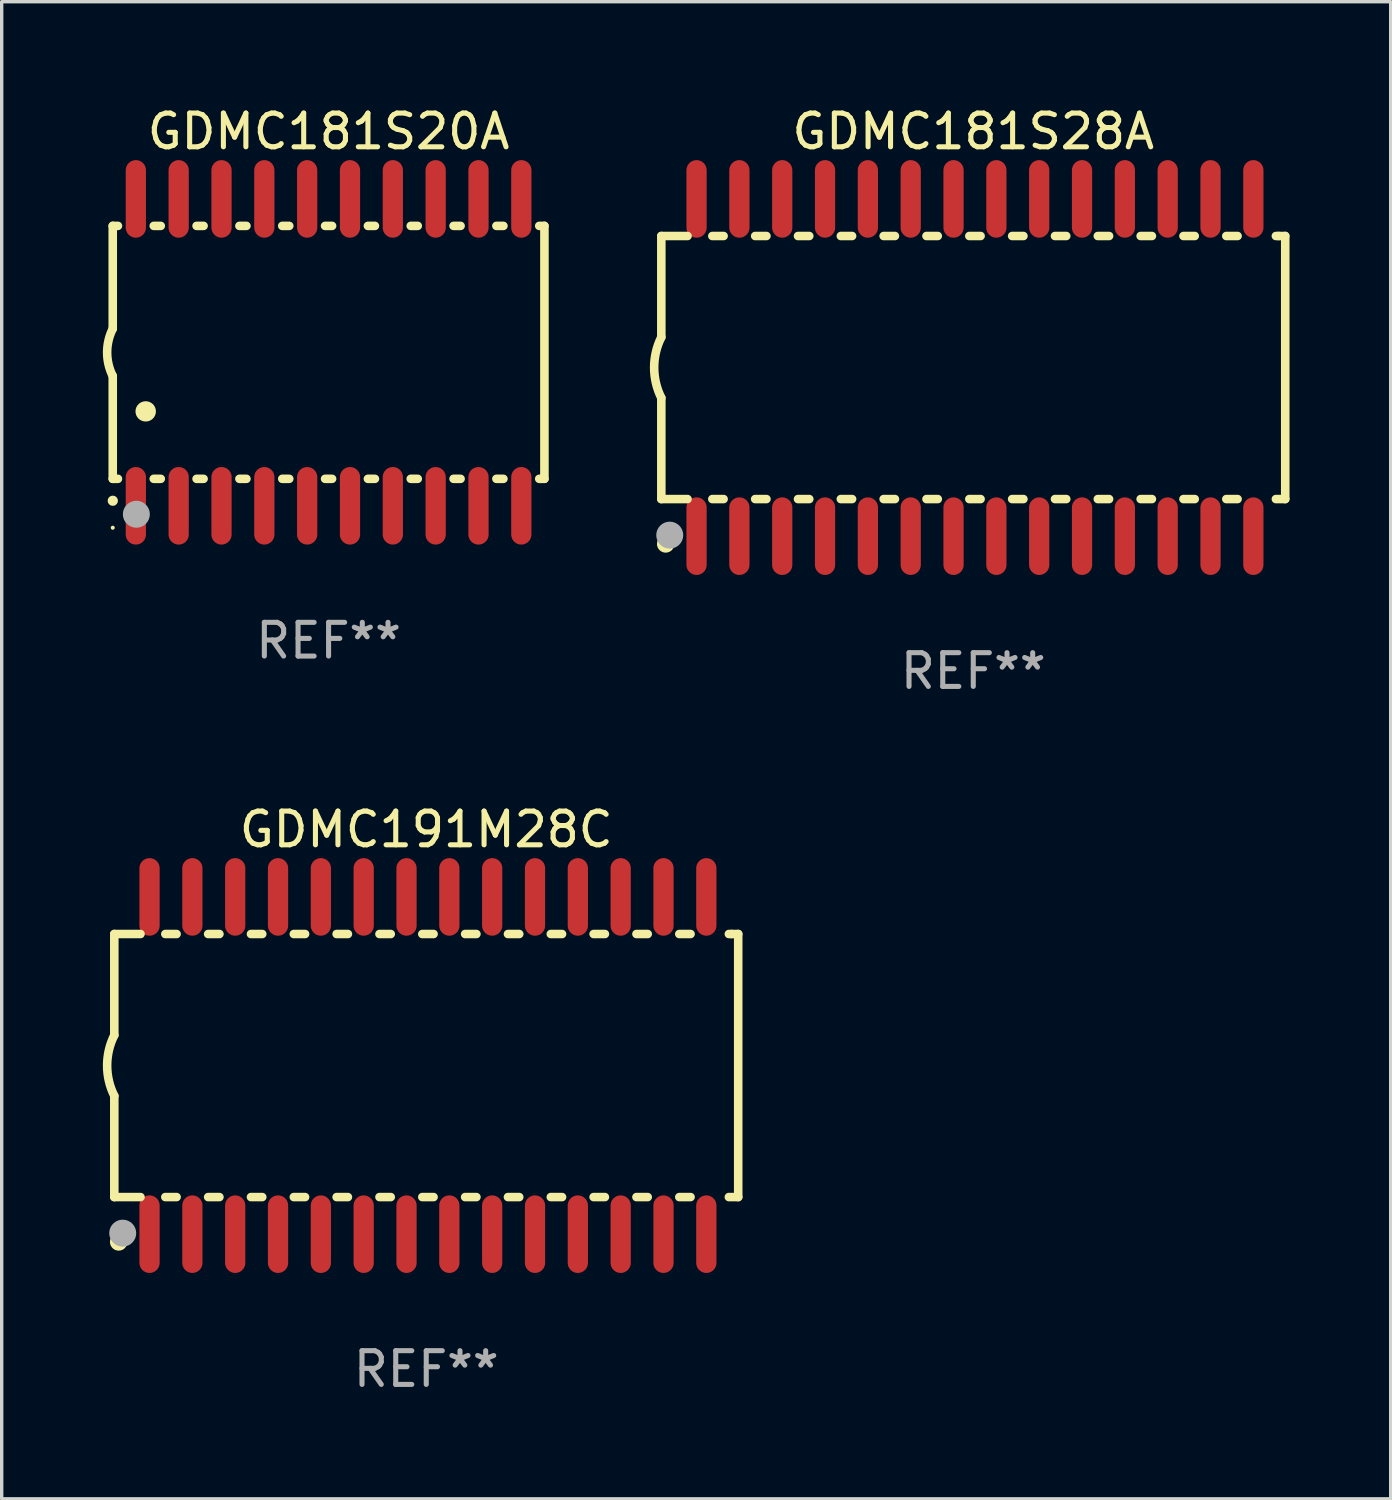
<source format=kicad_pcb>
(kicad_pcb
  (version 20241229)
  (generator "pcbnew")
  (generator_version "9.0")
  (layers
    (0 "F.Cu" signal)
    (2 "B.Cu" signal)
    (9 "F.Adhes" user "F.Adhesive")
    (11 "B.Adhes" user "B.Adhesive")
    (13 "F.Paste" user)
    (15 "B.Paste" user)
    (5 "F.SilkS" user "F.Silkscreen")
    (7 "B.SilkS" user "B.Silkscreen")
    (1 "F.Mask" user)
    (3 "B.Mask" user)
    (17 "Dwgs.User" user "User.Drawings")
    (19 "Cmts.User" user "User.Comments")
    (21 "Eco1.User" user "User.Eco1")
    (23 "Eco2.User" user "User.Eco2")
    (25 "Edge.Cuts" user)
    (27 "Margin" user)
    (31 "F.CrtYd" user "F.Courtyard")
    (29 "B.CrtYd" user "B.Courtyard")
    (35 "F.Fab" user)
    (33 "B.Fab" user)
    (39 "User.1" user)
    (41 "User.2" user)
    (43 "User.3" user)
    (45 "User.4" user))
  (footprint "GDMC181S20A"
    (layer "F.Cu")
    (at 6.693 7.398)
    (property "Reference" "GDMC181S20A" (at 0 -6.55 0) (layer "F.SilkS") (effects (font (size 1 1) (thickness 0.15))))
    (attr through_hole)
    (fp_line (start -6.4 -3.75) (end -6.4 -0.7) (stroke (width 0.254) (type solid)) (layer "F.SilkS"))
    (fp_line (start -6.4 -3.75) (end -6.246 -3.75) (stroke (width 0.254) (type solid)) (layer "F.SilkS"))
    (fp_line (start -6.4 3.75) (end -6.4 0.7) (stroke (width 0.254) (type solid)) (layer "F.SilkS"))
    (fp_line (start -6.246 3.75) (end -6.4 3.75) (stroke (width 0.254) (type solid)) (layer "F.SilkS"))
    (fp_line (start -5.184 -3.75) (end -4.976 -3.75) (stroke (width 0.254) (type solid)) (layer "F.SilkS"))
    (fp_line (start -4.976 3.75) (end -5.184 3.75) (stroke (width 0.254) (type solid)) (layer "F.SilkS"))
    (fp_line (start -3.914 -3.75) (end -3.706 -3.75) (stroke (width 0.254) (type solid)) (layer "F.SilkS"))
    (fp_line (start -3.706 3.75) (end -3.914 3.75) (stroke (width 0.254) (type solid)) (layer "F.SilkS"))
    (fp_line (start -2.644 -3.75) (end -2.436 -3.75) (stroke (width 0.254) (type solid)) (layer "F.SilkS"))
    (fp_line (start -2.436 3.75) (end -2.644 3.75) (stroke (width 0.254) (type solid)) (layer "F.SilkS"))
    (fp_line (start -1.374 -3.75) (end -1.166 -3.75) (stroke (width 0.254) (type solid)) (layer "F.SilkS"))
    (fp_line (start -1.166 3.75) (end -1.374 3.75) (stroke (width 0.254) (type solid)) (layer "F.SilkS"))
    (fp_line (start -0.104 -3.75) (end 0.104 -3.75) (stroke (width 0.254) (type solid)) (layer "F.SilkS"))
    (fp_line (start 0.104 3.75) (end -0.104 3.75) (stroke (width 0.254) (type solid)) (layer "F.SilkS"))
    (fp_line (start 1.166 -3.75) (end 1.374 -3.75) (stroke (width 0.254) (type solid)) (layer "F.SilkS"))
    (fp_line (start 1.374 3.75) (end 1.166 3.75) (stroke (width 0.254) (type solid)) (layer "F.SilkS"))
    (fp_line (start 2.436 -3.75) (end 2.644 -3.75) (stroke (width 0.254) (type solid)) (layer "F.SilkS"))
    (fp_line (start 2.644 3.75) (end 2.436 3.75) (stroke (width 0.254) (type solid)) (layer "F.SilkS"))
    (fp_line (start 3.706 -3.75) (end 3.914 -3.75) (stroke (width 0.254) (type solid)) (layer "F.SilkS"))
    (fp_line (start 3.914 3.75) (end 3.706 3.75) (stroke (width 0.254) (type solid)) (layer "F.SilkS"))
    (fp_line (start 4.976 -3.75) (end 5.184 -3.75) (stroke (width 0.254) (type solid)) (layer "F.SilkS"))
    (fp_line (start 5.184 3.75) (end 4.976 3.75) (stroke (width 0.254) (type solid)) (layer "F.SilkS"))
    (fp_line (start 6.246 -3.75) (end 6.4 -3.75) (stroke (width 0.254) (type solid)) (layer "F.SilkS"))
    (fp_line (start 6.4 -3.75) (end 6.4 3.75) (stroke (width 0.254) (type solid)) (layer "F.SilkS"))
    (fp_line (start 6.4 3.75) (end 6.246 3.75) (stroke (width 0.254) (type solid)) (layer "F.SilkS"))
    (fp_arc (start -6.400812 0.701041) (mid -6.565912 0.000428) (end -6.400025 -0.7) (stroke (width 0.254001) (type solid)) (layer "F.SilkS"))
    (fp_arc (start -6.400025 4.4) (mid -6.398755 4.399995) (end -6.397485 4.4) (stroke (width 0.3) (type solid)) (layer "F.SilkS"))
    (fp_arc (start -5.425451 1.750064) (mid -5.422911 1.750053) (end -5.420371 1.750064) (stroke (width 0.6) (type solid)) (layer "F.SilkS"))
    (fp_circle (center -6.4 5.2) (end -6.37 5.2) (stroke (width 0.06) (type solid)) (fill no) (layer "F.SilkS"))
    (fp_circle (center -5.7 4.8) (end -5.5 4.8) (stroke (width 0.4) (type solid)) (fill no) (layer "F.Fab"))
    (fp_text user "REF**" (at 0 8.55 0) (layer "F.Fab") (effects (font (size 1 1) (thickness 0.15))))
    (pad "1" smd oval (at -5.715 4.55 180) (size 0.6 2.3) (layers "F.Cu" "F.Mask" "F.Paste"))
    (pad "2" smd oval (at -4.445 4.55 180) (size 0.6 2.3) (layers "F.Cu" "F.Mask" "F.Paste"))
    (pad "3" smd oval (at -3.175 4.55 180) (size 0.6 2.3) (layers "F.Cu" "F.Mask" "F.Paste"))
    (pad "4" smd oval (at -1.905 4.55 180) (size 0.6 2.3) (layers "F.Cu" "F.Mask" "F.Paste"))
    (pad "5" smd oval (at -0.635 4.55 180) (size 0.6 2.3) (layers "F.Cu" "F.Mask" "F.Paste"))
    (pad "6" smd oval (at 0.635 4.55 180) (size 0.6 2.3) (layers "F.Cu" "F.Mask" "F.Paste"))
    (pad "7" smd oval (at 1.905 4.55 180) (size 0.6 2.3) (layers "F.Cu" "F.Mask" "F.Paste"))
    (pad "8" smd oval (at 3.175 4.55 180) (size 0.6 2.3) (layers "F.Cu" "F.Mask" "F.Paste"))
    (pad "9" smd oval (at 4.445 4.55 180) (size 0.6 2.3) (layers "F.Cu" "F.Mask" "F.Paste"))
    (pad "10" smd oval (at 5.715 4.55 180) (size 0.6 2.3) (layers "F.Cu" "F.Mask" "F.Paste"))
    (pad "11" smd oval (at 5.715 -4.55 180) (size 0.6 2.3) (layers "F.Cu" "F.Mask" "F.Paste"))
    (pad "12" smd oval (at 4.445 -4.55 180) (size 0.6 2.3) (layers "F.Cu" "F.Mask" "F.Paste"))
    (pad "13" smd oval (at 3.175 -4.55 180) (size 0.6 2.3) (layers "F.Cu" "F.Mask" "F.Paste"))
    (pad "14" smd oval (at 1.905 -4.55 180) (size 0.6 2.3) (layers "F.Cu" "F.Mask" "F.Paste"))
    (pad "15" smd oval (at 0.635 -4.55 180) (size 0.6 2.3) (layers "F.Cu" "F.Mask" "F.Paste"))
    (pad "16" smd oval (at -0.635 -4.55 180) (size 0.6 2.3) (layers "F.Cu" "F.Mask" "F.Paste"))
    (pad "17" smd oval (at -1.905 -4.55 180) (size 0.6 2.3) (layers "F.Cu" "F.Mask" "F.Paste"))
    (pad "18" smd oval (at -3.175 -4.55 180) (size 0.6 2.3) (layers "F.Cu" "F.Mask" "F.Paste"))
    (pad "19" smd oval (at -4.445 -4.55 180) (size 0.6 2.3) (layers "F.Cu" "F.Mask" "F.Paste"))
    (pad "20" smd oval (at -5.715 -4.55 180) (size 0.6 2.3) (layers "F.Cu" "F.Mask" "F.Paste")))
  (footprint "GDMC181S28A"
    (layer "F.Cu")
    (at 25.809 7.848)
    (property "Reference" "GDMC181S28A" (at 0 -7 0) (layer "F.SilkS") (effects (font (size 1 1) (thickness 0.15))))
    (attr through_hole)
    (fp_line (start -9.25 -3.9) (end -9.25 -0.9) (stroke (width 0.254) (type solid)) (layer "F.SilkS"))
    (fp_line (start -9.25 -3.9) (end -8.473 -3.9) (stroke (width 0.254) (type solid)) (layer "F.SilkS"))
    (fp_line (start -9.25 3.9) (end -9.25 0.9) (stroke (width 0.254) (type solid)) (layer "F.SilkS"))
    (fp_line (start -9.25 3.9) (end -8.473 3.9) (stroke (width 0.254) (type solid)) (layer "F.SilkS"))
    (fp_line (start -7.737 -3.9) (end -7.403 -3.9) (stroke (width 0.254) (type solid)) (layer "F.SilkS"))
    (fp_line (start -7.737 3.9) (end -7.403 3.9) (stroke (width 0.254) (type solid)) (layer "F.SilkS"))
    (fp_line (start -6.467 3.9) (end -6.133 3.9) (stroke (width 0.254) (type solid)) (layer "F.SilkS"))
    (fp_line (start -6.467 -3.9) (end -6.133 -3.9) (stroke (width 0.254) (type solid)) (layer "F.SilkS"))
    (fp_line (start -5.197 3.9) (end -4.863 3.9) (stroke (width 0.254) (type solid)) (layer "F.SilkS"))
    (fp_line (start -5.197 -3.9) (end -4.863 -3.9) (stroke (width 0.254) (type solid)) (layer "F.SilkS"))
    (fp_line (start -3.927 3.9) (end -3.593 3.9) (stroke (width 0.254) (type solid)) (layer "F.SilkS"))
    (fp_line (start -3.927 -3.9) (end -3.593 -3.9) (stroke (width 0.254) (type solid)) (layer "F.SilkS"))
    (fp_line (start -2.657 3.9) (end -2.323 3.9) (stroke (width 0.254) (type solid)) (layer "F.SilkS"))
    (fp_line (start -2.657 -3.9) (end -2.323 -3.9) (stroke (width 0.254) (type solid)) (layer "F.SilkS"))
    (fp_line (start -1.387 3.9) (end -1.053 3.9) (stroke (width 0.254) (type solid)) (layer "F.SilkS"))
    (fp_line (start -1.387 -3.9) (end -1.053 -3.9) (stroke (width 0.254) (type solid)) (layer "F.SilkS"))
    (fp_line (start -0.117 3.9) (end 0.217 3.9) (stroke (width 0.254) (type solid)) (layer "F.SilkS"))
    (fp_line (start -0.117 -3.9) (end 0.217 -3.9) (stroke (width 0.254) (type solid)) (layer "F.SilkS"))
    (fp_line (start 1.153 3.9) (end 1.487 3.9) (stroke (width 0.254) (type solid)) (layer "F.SilkS"))
    (fp_line (start 1.153 -3.9) (end 1.487 -3.9) (stroke (width 0.254) (type solid)) (layer "F.SilkS"))
    (fp_line (start 2.423 3.9) (end 2.757 3.9) (stroke (width 0.254) (type solid)) (layer "F.SilkS"))
    (fp_line (start 2.423 -3.9) (end 2.757 -3.9) (stroke (width 0.254) (type solid)) (layer "F.SilkS"))
    (fp_line (start 3.693 3.9) (end 4.027 3.9) (stroke (width 0.254) (type solid)) (layer "F.SilkS"))
    (fp_line (start 3.693 -3.9) (end 4.027 -3.9) (stroke (width 0.254) (type solid)) (layer "F.SilkS"))
    (fp_line (start 4.963 3.9) (end 5.297 3.9) (stroke (width 0.254) (type solid)) (layer "F.SilkS"))
    (fp_line (start 4.963 -3.9) (end 5.297 -3.9) (stroke (width 0.254) (type solid)) (layer "F.SilkS"))
    (fp_line (start 6.233 3.9) (end 6.567 3.9) (stroke (width 0.254) (type solid)) (layer "F.SilkS"))
    (fp_line (start 6.233 -3.9) (end 6.567 -3.9) (stroke (width 0.254) (type solid)) (layer "F.SilkS"))
    (fp_line (start 7.503 -3.9) (end 7.837 -3.9) (stroke (width 0.254) (type solid)) (layer "F.SilkS"))
    (fp_line (start 7.503 3.9) (end 7.837 3.9) (stroke (width 0.254) (type solid)) (layer "F.SilkS"))
    (fp_line (start 8.973 -3.9) (end 9.05 -3.9) (stroke (width 0.254) (type solid)) (layer "F.SilkS"))
    (fp_line (start 8.973 3.9) (end 9.25 3.9) (stroke (width 0.254) (type solid)) (layer "F.SilkS"))
    (fp_line (start 9.05 -3.9) (end 9.25 -3.9) (stroke (width 0.254) (type solid)) (layer "F.SilkS"))
    (fp_line (start 9.25 -3.9) (end 9.25 3.9) (stroke (width 0.254) (type solid)) (layer "F.SilkS"))
    (fp_arc (start -9.249619 0.900432) (mid -9.462013 0.000246) (end -9.249873 -0.9) (stroke (width 0.254001) (type solid)) (layer "F.SilkS"))
    (fp_circle (center -9.2 5.3) (end -9.17 5.3) (stroke (width 0.06) (type solid)) (fill no) (layer "F.SilkS"))
    (fp_circle (center -9.12 5.23) (end -8.988 5.23) (stroke (width 0.254) (type solid)) (fill no) (layer "F.SilkS"))
    (fp_circle (center -9 4.97) (end -8.8 4.97) (stroke (width 0.4) (type solid)) (fill no) (layer "F.Fab"))
    (fp_text user "REF**" (at 0 9 0) (layer "F.Fab") (effects (font (size 1 1) (thickness 0.15))))
    (pad "1" smd oval (at -8.205 5) (size 0.6 2.3) (layers "F.Cu" "F.Mask" "F.Paste"))
    (pad "2" smd oval (at -6.935 5) (size 0.6 2.3) (layers "F.Cu" "F.Mask" "F.Paste"))
    (pad "3" smd oval (at -5.665 5) (size 0.6 2.3) (layers "F.Cu" "F.Mask" "F.Paste"))
    (pad "4" smd oval (at -4.395 5) (size 0.6 2.3) (layers "F.Cu" "F.Mask" "F.Paste"))
    (pad "5" smd oval (at -3.125 5) (size 0.6 2.3) (layers "F.Cu" "F.Mask" "F.Paste"))
    (pad "6" smd oval (at -1.855 5) (size 0.6 2.3) (layers "F.Cu" "F.Mask" "F.Paste"))
    (pad "7" smd oval (at -0.585 5) (size 0.6 2.3) (layers "F.Cu" "F.Mask" "F.Paste"))
    (pad "8" smd oval (at 0.685 5) (size 0.6 2.3) (layers "F.Cu" "F.Mask" "F.Paste"))
    (pad "9" smd oval (at 1.955 5) (size 0.6 2.3) (layers "F.Cu" "F.Mask" "F.Paste"))
    (pad "10" smd oval (at 3.225 5) (size 0.6 2.3) (layers "F.Cu" "F.Mask" "F.Paste"))
    (pad "11" smd oval (at 4.495 5) (size 0.6 2.3) (layers "F.Cu" "F.Mask" "F.Paste"))
    (pad "12" smd oval (at 5.765 5) (size 0.6 2.3) (layers "F.Cu" "F.Mask" "F.Paste"))
    (pad "13" smd oval (at 7.035 5) (size 0.6 2.3) (layers "F.Cu" "F.Mask" "F.Paste"))
    (pad "14" smd oval (at 8.305 5) (size 0.6 2.3) (layers "F.Cu" "F.Mask" "F.Paste"))
    (pad "15" smd oval (at 8.305 -5) (size 0.6 2.3) (layers "F.Cu" "F.Mask" "F.Paste"))
    (pad "16" smd oval (at 7.035 -5) (size 0.6 2.3) (layers "F.Cu" "F.Mask" "F.Paste"))
    (pad "17" smd oval (at 5.765 -5) (size 0.6 2.3) (layers "F.Cu" "F.Mask" "F.Paste"))
    (pad "18" smd oval (at 4.495 -5) (size 0.6 2.3) (layers "F.Cu" "F.Mask" "F.Paste"))
    (pad "19" smd oval (at 3.225 -5) (size 0.6 2.3) (layers "F.Cu" "F.Mask" "F.Paste"))
    (pad "20" smd oval (at 1.955 -5) (size 0.6 2.3) (layers "F.Cu" "F.Mask" "F.Paste"))
    (pad "21" smd oval (at 0.685 -5) (size 0.6 2.3) (layers "F.Cu" "F.Mask" "F.Paste"))
    (pad "22" smd oval (at -0.585 -5) (size 0.6 2.3) (layers "F.Cu" "F.Mask" "F.Paste"))
    (pad "23" smd oval (at -1.855 -5) (size 0.6 2.3) (layers "F.Cu" "F.Mask" "F.Paste"))
    (pad "24" smd oval (at -3.125 -5) (size 0.6 2.3) (layers "F.Cu" "F.Mask" "F.Paste"))
    (pad "25" smd oval (at -4.395 -5) (size 0.6 2.3) (layers "F.Cu" "F.Mask" "F.Paste"))
    (pad "26" smd oval (at -5.665 -5) (size 0.6 2.3) (layers "F.Cu" "F.Mask" "F.Paste"))
    (pad "27" smd oval (at -6.935 -5) (size 0.6 2.3) (layers "F.Cu" "F.Mask" "F.Paste"))
    (pad "28" smd oval (at -8.205 -5) (size 0.6 2.3) (layers "F.Cu" "F.Mask" "F.Paste")))
  (footprint "GDMC191M28C"
    (layer "F.Cu")
    (at 9.589 28.545)
    (property "Reference" "GDMC191M28C" (at 0 -7 0) (layer "F.SilkS") (effects (font (size 1 1) (thickness 0.15))))
    (attr through_hole)
    (fp_line (start -9.25 -3.9) (end -9.25 -0.9) (stroke (width 0.254) (type solid)) (layer "F.SilkS"))
    (fp_line (start -9.25 -3.9) (end -8.473 -3.9) (stroke (width 0.254) (type solid)) (layer "F.SilkS"))
    (fp_line (start -9.25 3.9) (end -9.25 0.9) (stroke (width 0.254) (type solid)) (layer "F.SilkS"))
    (fp_line (start -9.25 3.9) (end -8.473 3.9) (stroke (width 0.254) (type solid)) (layer "F.SilkS"))
    (fp_line (start -7.737 -3.9) (end -7.403 -3.9) (stroke (width 0.254) (type solid)) (layer "F.SilkS"))
    (fp_line (start -7.737 3.9) (end -7.403 3.9) (stroke (width 0.254) (type solid)) (layer "F.SilkS"))
    (fp_line (start -6.467 3.9) (end -6.133 3.9) (stroke (width 0.254) (type solid)) (layer "F.SilkS"))
    (fp_line (start -6.467 -3.9) (end -6.133 -3.9) (stroke (width 0.254) (type solid)) (layer "F.SilkS"))
    (fp_line (start -5.197 3.9) (end -4.863 3.9) (stroke (width 0.254) (type solid)) (layer "F.SilkS"))
    (fp_line (start -5.197 -3.9) (end -4.863 -3.9) (stroke (width 0.254) (type solid)) (layer "F.SilkS"))
    (fp_line (start -3.927 3.9) (end -3.593 3.9) (stroke (width 0.254) (type solid)) (layer "F.SilkS"))
    (fp_line (start -3.927 -3.9) (end -3.593 -3.9) (stroke (width 0.254) (type solid)) (layer "F.SilkS"))
    (fp_line (start -2.657 3.9) (end -2.323 3.9) (stroke (width 0.254) (type solid)) (layer "F.SilkS"))
    (fp_line (start -2.657 -3.9) (end -2.323 -3.9) (stroke (width 0.254) (type solid)) (layer "F.SilkS"))
    (fp_line (start -1.387 3.9) (end -1.053 3.9) (stroke (width 0.254) (type solid)) (layer "F.SilkS"))
    (fp_line (start -1.387 -3.9) (end -1.053 -3.9) (stroke (width 0.254) (type solid)) (layer "F.SilkS"))
    (fp_line (start -0.117 3.9) (end 0.217 3.9) (stroke (width 0.254) (type solid)) (layer "F.SilkS"))
    (fp_line (start -0.117 -3.9) (end 0.217 -3.9) (stroke (width 0.254) (type solid)) (layer "F.SilkS"))
    (fp_line (start 1.153 3.9) (end 1.487 3.9) (stroke (width 0.254) (type solid)) (layer "F.SilkS"))
    (fp_line (start 1.153 -3.9) (end 1.487 -3.9) (stroke (width 0.254) (type solid)) (layer "F.SilkS"))
    (fp_line (start 2.423 3.9) (end 2.757 3.9) (stroke (width 0.254) (type solid)) (layer "F.SilkS"))
    (fp_line (start 2.423 -3.9) (end 2.757 -3.9) (stroke (width 0.254) (type solid)) (layer "F.SilkS"))
    (fp_line (start 3.693 3.9) (end 4.027 3.9) (stroke (width 0.254) (type solid)) (layer "F.SilkS"))
    (fp_line (start 3.693 -3.9) (end 4.027 -3.9) (stroke (width 0.254) (type solid)) (layer "F.SilkS"))
    (fp_line (start 4.963 3.9) (end 5.297 3.9) (stroke (width 0.254) (type solid)) (layer "F.SilkS"))
    (fp_line (start 4.963 -3.9) (end 5.297 -3.9) (stroke (width 0.254) (type solid)) (layer "F.SilkS"))
    (fp_line (start 6.233 3.9) (end 6.567 3.9) (stroke (width 0.254) (type solid)) (layer "F.SilkS"))
    (fp_line (start 6.233 -3.9) (end 6.567 -3.9) (stroke (width 0.254) (type solid)) (layer "F.SilkS"))
    (fp_line (start 7.503 -3.9) (end 7.837 -3.9) (stroke (width 0.254) (type solid)) (layer "F.SilkS"))
    (fp_line (start 7.503 3.9) (end 7.837 3.9) (stroke (width 0.254) (type solid)) (layer "F.SilkS"))
    (fp_line (start 8.973 -3.9) (end 9.05 -3.9) (stroke (width 0.254) (type solid)) (layer "F.SilkS"))
    (fp_line (start 8.973 3.9) (end 9.25 3.9) (stroke (width 0.254) (type solid)) (layer "F.SilkS"))
    (fp_line (start 9.05 -3.9) (end 9.25 -3.9) (stroke (width 0.254) (type solid)) (layer "F.SilkS"))
    (fp_line (start 9.25 -3.9) (end 9.25 3.9) (stroke (width 0.254) (type solid)) (layer "F.SilkS"))
    (fp_arc (start -9.249619 0.900432) (mid -9.462013 0.000246) (end -9.249873 -0.9) (stroke (width 0.254001) (type solid)) (layer "F.SilkS"))
    (fp_circle (center -9.2 5.3) (end -9.17 5.3) (stroke (width 0.06) (type solid)) (fill no) (layer "F.SilkS"))
    (fp_circle (center -9.12 5.23) (end -8.988 5.23) (stroke (width 0.254) (type solid)) (fill no) (layer "F.SilkS"))
    (fp_circle (center -9 4.97) (end -8.8 4.97) (stroke (width 0.4) (type solid)) (fill no) (layer "F.Fab"))
    (fp_text user "REF**" (at 0 9 0) (layer "F.Fab") (effects (font (size 1 1) (thickness 0.15))))
    (pad "1" smd oval (at -8.205 5) (size 0.6 2.3) (layers "F.Cu" "F.Mask" "F.Paste"))
    (pad "2" smd oval (at -6.935 5) (size 0.6 2.3) (layers "F.Cu" "F.Mask" "F.Paste"))
    (pad "3" smd oval (at -5.665 5) (size 0.6 2.3) (layers "F.Cu" "F.Mask" "F.Paste"))
    (pad "4" smd oval (at -4.395 5) (size 0.6 2.3) (layers "F.Cu" "F.Mask" "F.Paste"))
    (pad "5" smd oval (at -3.125 5) (size 0.6 2.3) (layers "F.Cu" "F.Mask" "F.Paste"))
    (pad "6" smd oval (at -1.855 5) (size 0.6 2.3) (layers "F.Cu" "F.Mask" "F.Paste"))
    (pad "7" smd oval (at -0.585 5) (size 0.6 2.3) (layers "F.Cu" "F.Mask" "F.Paste"))
    (pad "8" smd oval (at 0.685 5) (size 0.6 2.3) (layers "F.Cu" "F.Mask" "F.Paste"))
    (pad "9" smd oval (at 1.955 5) (size 0.6 2.3) (layers "F.Cu" "F.Mask" "F.Paste"))
    (pad "10" smd oval (at 3.225 5) (size 0.6 2.3) (layers "F.Cu" "F.Mask" "F.Paste"))
    (pad "11" smd oval (at 4.495 5) (size 0.6 2.3) (layers "F.Cu" "F.Mask" "F.Paste"))
    (pad "12" smd oval (at 5.765 5) (size 0.6 2.3) (layers "F.Cu" "F.Mask" "F.Paste"))
    (pad "13" smd oval (at 7.035 5) (size 0.6 2.3) (layers "F.Cu" "F.Mask" "F.Paste"))
    (pad "14" smd oval (at 8.305 5) (size 0.6 2.3) (layers "F.Cu" "F.Mask" "F.Paste"))
    (pad "15" smd oval (at 8.305 -5) (size 0.6 2.3) (layers "F.Cu" "F.Mask" "F.Paste"))
    (pad "16" smd oval (at 7.035 -5) (size 0.6 2.3) (layers "F.Cu" "F.Mask" "F.Paste"))
    (pad "17" smd oval (at 5.765 -5) (size 0.6 2.3) (layers "F.Cu" "F.Mask" "F.Paste"))
    (pad "18" smd oval (at 4.495 -5) (size 0.6 2.3) (layers "F.Cu" "F.Mask" "F.Paste"))
    (pad "19" smd oval (at 3.225 -5) (size 0.6 2.3) (layers "F.Cu" "F.Mask" "F.Paste"))
    (pad "20" smd oval (at 1.955 -5) (size 0.6 2.3) (layers "F.Cu" "F.Mask" "F.Paste"))
    (pad "21" smd oval (at 0.685 -5) (size 0.6 2.3) (layers "F.Cu" "F.Mask" "F.Paste"))
    (pad "22" smd oval (at -0.585 -5) (size 0.6 2.3) (layers "F.Cu" "F.Mask" "F.Paste"))
    (pad "23" smd oval (at -1.855 -5) (size 0.6 2.3) (layers "F.Cu" "F.Mask" "F.Paste"))
    (pad "24" smd oval (at -3.125 -5) (size 0.6 2.3) (layers "F.Cu" "F.Mask" "F.Paste"))
    (pad "25" smd oval (at -4.395 -5) (size 0.6 2.3) (layers "F.Cu" "F.Mask" "F.Paste"))
    (pad "26" smd oval (at -5.665 -5) (size 0.6 2.3) (layers "F.Cu" "F.Mask" "F.Paste"))
    (pad "27" smd oval (at -6.935 -5) (size 0.6 2.3) (layers "F.Cu" "F.Mask" "F.Paste"))
    (pad "28" smd oval (at -8.205 -5) (size 0.6 2.3) (layers "F.Cu" "F.Mask" "F.Paste")))
  (gr_rect
    (start -3 -3)
    (end 38.186 41.393)
    (stroke (width 0.1) (type default))
    (fill no)
    (layer "Edge.Cuts")))
</source>
